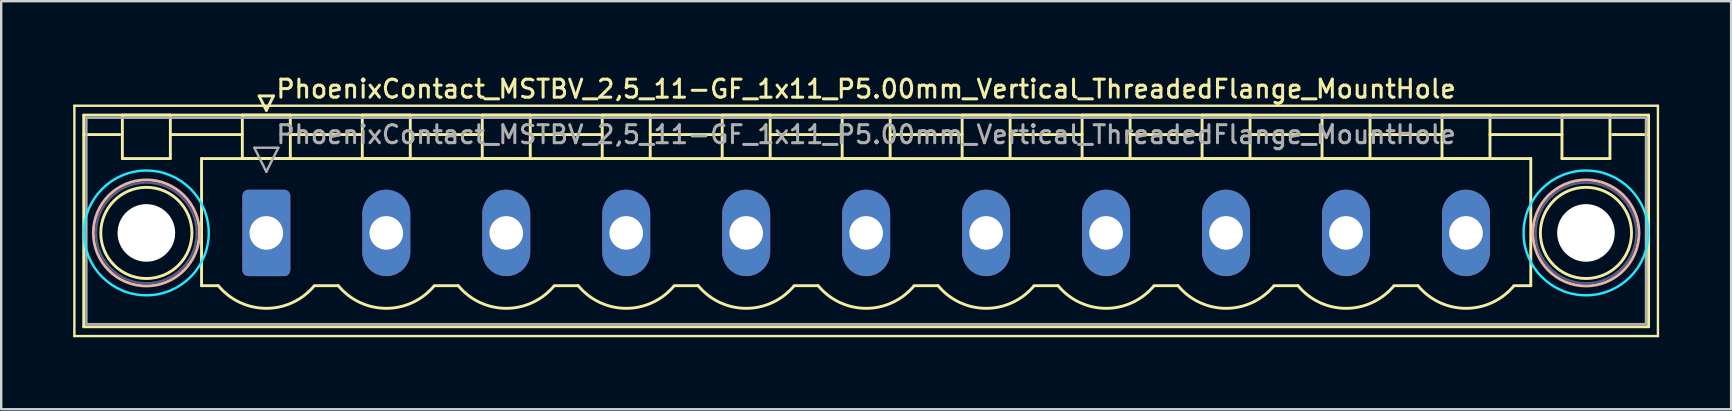
<source format=kicad_pcb>
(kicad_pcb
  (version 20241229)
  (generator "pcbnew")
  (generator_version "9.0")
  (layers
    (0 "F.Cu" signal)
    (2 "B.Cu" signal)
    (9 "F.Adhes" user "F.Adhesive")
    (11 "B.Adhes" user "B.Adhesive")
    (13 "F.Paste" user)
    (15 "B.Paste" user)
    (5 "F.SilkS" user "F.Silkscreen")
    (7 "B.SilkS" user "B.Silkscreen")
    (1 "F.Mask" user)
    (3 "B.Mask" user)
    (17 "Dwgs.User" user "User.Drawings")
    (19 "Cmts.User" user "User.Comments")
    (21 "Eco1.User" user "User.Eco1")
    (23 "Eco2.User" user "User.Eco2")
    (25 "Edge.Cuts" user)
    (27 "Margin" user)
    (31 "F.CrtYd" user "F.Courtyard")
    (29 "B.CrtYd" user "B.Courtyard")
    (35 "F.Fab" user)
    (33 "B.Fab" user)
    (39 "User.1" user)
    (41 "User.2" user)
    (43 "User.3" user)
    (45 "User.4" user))
  (footprint "PhoenixContact_MSTBV_2,5_11-GF_1x11_P5.00mm_Vertical_ThreadedFlange_MountHole"
    (layer "F.Cu")
    (at 8.05 6.658)
    (property "Reference" "PhoenixContact_MSTBV_2,5_11-GF_1x11_P5.00mm_Vertical_ThreadedFlange_MountHole" (at 25 -6 0) (layer "F.SilkS") (effects (font (size 0.75 0.75) (thickness 0.125))))
    (attr through_hole)
    (fp_line (start -8 -5.3) (end -8 4.3) (stroke (width 0.1) (type solid)) (layer "F.SilkS"))
    (fp_line (start -8 4.3) (end 58 4.3) (stroke (width 0.1) (type solid)) (layer "F.SilkS"))
    (fp_line (start -7.61 -4.91) (end -7.61 3.91) (stroke (width 0.12) (type solid)) (layer "F.SilkS"))
    (fp_line (start -7.61 -4.1) (end -6.11 -4.1) (stroke (width 0.12) (type solid)) (layer "F.SilkS"))
    (fp_line (start -7.61 3.91) (end 57.61 3.91) (stroke (width 0.12) (type solid)) (layer "F.SilkS"))
    (fp_line (start -6 -4.91) (end -4 -4.91) (stroke (width 0.12) (type solid)) (layer "F.SilkS"))
    (fp_line (start -6 -3.1) (end -6 -4.91) (stroke (width 0.12) (type solid)) (layer "F.SilkS"))
    (fp_line (start -4 -4.91) (end -4 -3.1) (stroke (width 0.12) (type solid)) (layer "F.SilkS"))
    (fp_line (start -4 -4.1) (end -1 -4.1) (stroke (width 0.12) (type solid)) (layer "F.SilkS"))
    (fp_line (start -4 -3.1) (end -6 -3.1) (stroke (width 0.12) (type solid)) (layer "F.SilkS"))
    (fp_line (start -2.7 -3.1) (end 52.7 -3.1) (stroke (width 0.12) (type solid)) (layer "F.SilkS"))
    (fp_line (start -2.7 2.2) (end -2.7 -3.1) (stroke (width 0.12) (type solid)) (layer "F.SilkS"))
    (fp_line (start -2 2.2) (end -2.7 2.2) (stroke (width 0.12) (type solid)) (layer "F.SilkS"))
    (fp_line (start -1 -4.91) (end 1 -4.91) (stroke (width 0.12) (type solid)) (layer "F.SilkS"))
    (fp_line (start -1 -3.1) (end -1 -4.91) (stroke (width 0.12) (type solid)) (layer "F.SilkS"))
    (fp_line (start -0.3 -5.71) (end 0.3 -5.71) (stroke (width 0.12) (type solid)) (layer "F.SilkS"))
    (fp_line (start 0 -5.11) (end -0.3 -5.71) (stroke (width 0.12) (type solid)) (layer "F.SilkS"))
    (fp_line (start 0.3 -5.71) (end 0 -5.11) (stroke (width 0.12) (type solid)) (layer "F.SilkS"))
    (fp_line (start 1 -4.91) (end 1 -3.1) (stroke (width 0.12) (type solid)) (layer "F.SilkS"))
    (fp_line (start 1 -4.1) (end 4 -4.1) (stroke (width 0.12) (type solid)) (layer "F.SilkS"))
    (fp_line (start 1 -3.1) (end -1 -3.1) (stroke (width 0.12) (type solid)) (layer "F.SilkS"))
    (fp_line (start 2 2.2) (end 3 2.2) (stroke (width 0.12) (type solid)) (layer "F.SilkS"))
    (fp_line (start 4 -4.91) (end 6 -4.91) (stroke (width 0.12) (type solid)) (layer "F.SilkS"))
    (fp_line (start 4 -3.1) (end 4 -4.91) (stroke (width 0.12) (type solid)) (layer "F.SilkS"))
    (fp_line (start 6 -4.91) (end 6 -3.1) (stroke (width 0.12) (type solid)) (layer "F.SilkS"))
    (fp_line (start 6 -4.1) (end 9 -4.1) (stroke (width 0.12) (type solid)) (layer "F.SilkS"))
    (fp_line (start 6 -3.1) (end 4 -3.1) (stroke (width 0.12) (type solid)) (layer "F.SilkS"))
    (fp_line (start 7 2.2) (end 8 2.2) (stroke (width 0.12) (type solid)) (layer "F.SilkS"))
    (fp_line (start 9 -4.91) (end 11 -4.91) (stroke (width 0.12) (type solid)) (layer "F.SilkS"))
    (fp_line (start 9 -3.1) (end 9 -4.91) (stroke (width 0.12) (type solid)) (layer "F.SilkS"))
    (fp_line (start 11 -4.91) (end 11 -3.1) (stroke (width 0.12) (type solid)) (layer "F.SilkS"))
    (fp_line (start 11 -4.1) (end 14 -4.1) (stroke (width 0.12) (type solid)) (layer "F.SilkS"))
    (fp_line (start 11 -3.1) (end 9 -3.1) (stroke (width 0.12) (type solid)) (layer "F.SilkS"))
    (fp_line (start 12 2.2) (end 13 2.2) (stroke (width 0.12) (type solid)) (layer "F.SilkS"))
    (fp_line (start 14 -4.91) (end 16 -4.91) (stroke (width 0.12) (type solid)) (layer "F.SilkS"))
    (fp_line (start 14 -3.1) (end 14 -4.91) (stroke (width 0.12) (type solid)) (layer "F.SilkS"))
    (fp_line (start 16 -4.91) (end 16 -3.1) (stroke (width 0.12) (type solid)) (layer "F.SilkS"))
    (fp_line (start 16 -4.1) (end 19 -4.1) (stroke (width 0.12) (type solid)) (layer "F.SilkS"))
    (fp_line (start 16 -3.1) (end 14 -3.1) (stroke (width 0.12) (type solid)) (layer "F.SilkS"))
    (fp_line (start 17 2.2) (end 18 2.2) (stroke (width 0.12) (type solid)) (layer "F.SilkS"))
    (fp_line (start 19 -4.91) (end 21 -4.91) (stroke (width 0.12) (type solid)) (layer "F.SilkS"))
    (fp_line (start 19 -3.1) (end 19 -4.91) (stroke (width 0.12) (type solid)) (layer "F.SilkS"))
    (fp_line (start 21 -4.91) (end 21 -3.1) (stroke (width 0.12) (type solid)) (layer "F.SilkS"))
    (fp_line (start 21 -4.1) (end 24 -4.1) (stroke (width 0.12) (type solid)) (layer "F.SilkS"))
    (fp_line (start 21 -3.1) (end 19 -3.1) (stroke (width 0.12) (type solid)) (layer "F.SilkS"))
    (fp_line (start 22 2.2) (end 23 2.2) (stroke (width 0.12) (type solid)) (layer "F.SilkS"))
    (fp_line (start 24 -4.91) (end 26 -4.91) (stroke (width 0.12) (type solid)) (layer "F.SilkS"))
    (fp_line (start 24 -3.1) (end 24 -4.91) (stroke (width 0.12) (type solid)) (layer "F.SilkS"))
    (fp_line (start 26 -4.91) (end 26 -3.1) (stroke (width 0.12) (type solid)) (layer "F.SilkS"))
    (fp_line (start 26 -4.1) (end 29 -4.1) (stroke (width 0.12) (type solid)) (layer "F.SilkS"))
    (fp_line (start 26 -3.1) (end 24 -3.1) (stroke (width 0.12) (type solid)) (layer "F.SilkS"))
    (fp_line (start 27 2.2) (end 28 2.2) (stroke (width 0.12) (type solid)) (layer "F.SilkS"))
    (fp_line (start 29 -4.91) (end 31 -4.91) (stroke (width 0.12) (type solid)) (layer "F.SilkS"))
    (fp_line (start 29 -3.1) (end 29 -4.91) (stroke (width 0.12) (type solid)) (layer "F.SilkS"))
    (fp_line (start 31 -4.91) (end 31 -3.1) (stroke (width 0.12) (type solid)) (layer "F.SilkS"))
    (fp_line (start 31 -4.1) (end 34 -4.1) (stroke (width 0.12) (type solid)) (layer "F.SilkS"))
    (fp_line (start 31 -3.1) (end 29 -3.1) (stroke (width 0.12) (type solid)) (layer "F.SilkS"))
    (fp_line (start 32 2.2) (end 33 2.2) (stroke (width 0.12) (type solid)) (layer "F.SilkS"))
    (fp_line (start 34 -4.91) (end 36 -4.91) (stroke (width 0.12) (type solid)) (layer "F.SilkS"))
    (fp_line (start 34 -3.1) (end 34 -4.91) (stroke (width 0.12) (type solid)) (layer "F.SilkS"))
    (fp_line (start 36 -4.91) (end 36 -3.1) (stroke (width 0.12) (type solid)) (layer "F.SilkS"))
    (fp_line (start 36 -4.1) (end 39 -4.1) (stroke (width 0.12) (type solid)) (layer "F.SilkS"))
    (fp_line (start 36 -3.1) (end 34 -3.1) (stroke (width 0.12) (type solid)) (layer "F.SilkS"))
    (fp_line (start 37 2.2) (end 38 2.2) (stroke (width 0.12) (type solid)) (layer "F.SilkS"))
    (fp_line (start 39 -4.91) (end 41 -4.91) (stroke (width 0.12) (type solid)) (layer "F.SilkS"))
    (fp_line (start 39 -3.1) (end 39 -4.91) (stroke (width 0.12) (type solid)) (layer "F.SilkS"))
    (fp_line (start 41 -4.91) (end 41 -3.1) (stroke (width 0.12) (type solid)) (layer "F.SilkS"))
    (fp_line (start 41 -4.1) (end 44 -4.1) (stroke (width 0.12) (type solid)) (layer "F.SilkS"))
    (fp_line (start 41 -3.1) (end 39 -3.1) (stroke (width 0.12) (type solid)) (layer "F.SilkS"))
    (fp_line (start 42 2.2) (end 43 2.2) (stroke (width 0.12) (type solid)) (layer "F.SilkS"))
    (fp_line (start 44 -4.91) (end 46 -4.91) (stroke (width 0.12) (type solid)) (layer "F.SilkS"))
    (fp_line (start 44 -3.1) (end 44 -4.91) (stroke (width 0.12) (type solid)) (layer "F.SilkS"))
    (fp_line (start 46 -4.91) (end 46 -3.1) (stroke (width 0.12) (type solid)) (layer "F.SilkS"))
    (fp_line (start 46 -4.1) (end 49 -4.1) (stroke (width 0.12) (type solid)) (layer "F.SilkS"))
    (fp_line (start 46 -3.1) (end 44 -3.1) (stroke (width 0.12) (type solid)) (layer "F.SilkS"))
    (fp_line (start 47 2.2) (end 48 2.2) (stroke (width 0.12) (type solid)) (layer "F.SilkS"))
    (fp_line (start 49 -4.91) (end 51 -4.91) (stroke (width 0.12) (type solid)) (layer "F.SilkS"))
    (fp_line (start 49 -3.1) (end 49 -4.91) (stroke (width 0.12) (type solid)) (layer "F.SilkS"))
    (fp_line (start 51 -4.91) (end 51 -3.1) (stroke (width 0.12) (type solid)) (layer "F.SilkS"))
    (fp_line (start 51 -4.1) (end 54 -4.1) (stroke (width 0.12) (type solid)) (layer "F.SilkS"))
    (fp_line (start 51 -3.1) (end 49 -3.1) (stroke (width 0.12) (type solid)) (layer "F.SilkS"))
    (fp_line (start 52.7 -3.1) (end 52.7 2.2) (stroke (width 0.12) (type solid)) (layer "F.SilkS"))
    (fp_line (start 52.7 2.2) (end 52 2.2) (stroke (width 0.12) (type solid)) (layer "F.SilkS"))
    (fp_line (start 54 -4.91) (end 56 -4.91) (stroke (width 0.12) (type solid)) (layer "F.SilkS"))
    (fp_line (start 54 -3.1) (end 54 -4.91) (stroke (width 0.12) (type solid)) (layer "F.SilkS"))
    (fp_line (start 56 -4.91) (end 56 -3.1) (stroke (width 0.12) (type solid)) (layer "F.SilkS"))
    (fp_line (start 56 -3.1) (end 54 -3.1) (stroke (width 0.12) (type solid)) (layer "F.SilkS"))
    (fp_line (start 57.61 -4.91) (end -7.61 -4.91) (stroke (width 0.12) (type solid)) (layer "F.SilkS"))
    (fp_line (start 57.61 -4.1) (end 56.11 -4.1) (stroke (width 0.12) (type solid)) (layer "F.SilkS"))
    (fp_line (start 57.61 3.91) (end 57.61 -4.91) (stroke (width 0.12) (type solid)) (layer "F.SilkS"))
    (fp_line (start 58 -5.3) (end -8 -5.3) (stroke (width 0.1) (type solid)) (layer "F.SilkS"))
    (fp_line (start 58 4.3) (end 58 -5.3) (stroke (width 0.1) (type solid)) (layer "F.SilkS"))
    (fp_arc (start 1.986842 2.215821) (mid -0.010289 3.142758) (end -2 2.2) (stroke (width 0.12) (type solid)) (layer "F.SilkS"))
    (fp_arc (start 6.986842 2.215821) (mid 4.989711 3.142758) (end 3 2.2) (stroke (width 0.12) (type solid)) (layer "F.SilkS"))
    (fp_arc (start 11.986842 2.215821) (mid 9.989711 3.142758) (end 8 2.2) (stroke (width 0.12) (type solid)) (layer "F.SilkS"))
    (fp_arc (start 16.986842 2.215821) (mid 14.989711 3.142758) (end 13 2.2) (stroke (width 0.12) (type solid)) (layer "F.SilkS"))
    (fp_arc (start 21.986842 2.215821) (mid 19.989711 3.142758) (end 18 2.2) (stroke (width 0.12) (type solid)) (layer "F.SilkS"))
    (fp_arc (start 26.986842 2.215821) (mid 24.989711 3.142758) (end 23 2.2) (stroke (width 0.12) (type solid)) (layer "F.SilkS"))
    (fp_arc (start 31.986842 2.215821) (mid 29.989711 3.142758) (end 28 2.2) (stroke (width 0.12) (type solid)) (layer "F.SilkS"))
    (fp_arc (start 36.986842 2.215821) (mid 34.989711 3.142758) (end 33 2.2) (stroke (width 0.12) (type solid)) (layer "F.SilkS"))
    (fp_arc (start 41.986842 2.215821) (mid 39.989711 3.142758) (end 38 2.2) (stroke (width 0.12) (type solid)) (layer "F.SilkS"))
    (fp_arc (start 46.986842 2.215821) (mid 44.989711 3.142758) (end 43 2.2) (stroke (width 0.12) (type solid)) (layer "F.SilkS"))
    (fp_arc (start 51.986842 2.215821) (mid 49.989711 3.142758) (end 48 2.2) (stroke (width 0.12) (type solid)) (layer "F.SilkS"))
    (fp_circle (center -5 0) (end -3.1 0) (stroke (width 0.12) (type solid)) (fill no) (layer "F.SilkS"))
    (fp_circle (center 55 0) (end 56.9 0) (stroke (width 0.12) (type solid)) (fill no) (layer "F.SilkS"))
    (fp_circle (center -5 0) (end -2.79 0) (stroke (width 0.12) (type solid)) (fill no) (layer "B.SilkS"))
    (fp_circle (center 55 0) (end 57.21 0) (stroke (width 0.12) (type solid)) (fill no) (layer "B.SilkS"))
    (fp_circle (center -5 0) (end -2.4 0) (stroke (width 0.1) (type solid)) (fill no) (layer "B.CrtYd"))
    (fp_circle (center 55 0) (end 57.6 0) (stroke (width 0.1) (type solid)) (fill no) (layer "B.CrtYd"))
    (fp_circle (center -5 0) (end -2.9 0) (stroke (width 0.1) (type solid)) (fill no) (layer "B.Fab"))
    (fp_circle (center 55 0) (end 57.1 0) (stroke (width 0.1) (type solid)) (fill no) (layer "B.Fab"))
    (fp_line (start -7.5 -4.8) (end -7.5 3.8) (stroke (width 0.1) (type solid)) (layer "F.Fab"))
    (fp_line (start -7.5 3.8) (end 57.5 3.8) (stroke (width 0.1) (type solid)) (layer "F.Fab"))
    (fp_line (start -0.5 -3.55) (end 0.5 -3.55) (stroke (width 0.1) (type solid)) (layer "F.Fab"))
    (fp_line (start 0 -2.55) (end -0.5 -3.55) (stroke (width 0.1) (type solid)) (layer "F.Fab"))
    (fp_line (start 0.5 -3.55) (end 0 -2.55) (stroke (width 0.1) (type solid)) (layer "F.Fab"))
    (fp_line (start 57.5 -4.8) (end -7.5 -4.8) (stroke (width 0.1) (type solid)) (layer "F.Fab"))
    (fp_line (start 57.5 3.8) (end 57.5 -4.8) (stroke (width 0.1) (type solid)) (layer "F.Fab"))
    (fp_text user "${REFERENCE}" (at 25 -4.1 0) (layer "F.Fab") (effects (font (size 0.75 0.75) (thickness 0.125))))
    (pad "" np_thru_hole circle (at -5 0) (size 2.4 2.4) (drill 2.4) (layers "*.Cu" "*.Mask"))
    (pad "" np_thru_hole circle (at 55 0) (size 2.4 2.4) (drill 2.4) (layers "*.Cu" "*.Mask"))
    (pad "1" thru_hole roundrect (at 0 0) (size 2 3.6) (drill 1.4) (layers "*.Cu" "*.Mask") (roundrect_rratio 0.125))
    (pad "2" thru_hole oval (at 5 0) (size 2 3.6) (drill 1.4) (layers "*.Cu" "*.Mask"))
    (pad "3" thru_hole oval (at 10 0) (size 2 3.6) (drill 1.4) (layers "*.Cu" "*.Mask"))
    (pad "4" thru_hole oval (at 15 0) (size 2 3.6) (drill 1.4) (layers "*.Cu" "*.Mask"))
    (pad "5" thru_hole oval (at 20 0) (size 2 3.6) (drill 1.4) (layers "*.Cu" "*.Mask"))
    (pad "6" thru_hole oval (at 25 0) (size 2 3.6) (drill 1.4) (layers "*.Cu" "*.Mask"))
    (pad "7" thru_hole oval (at 30 0) (size 2 3.6) (drill 1.4) (layers "*.Cu" "*.Mask"))
    (pad "8" thru_hole oval (at 35 0) (size 2 3.6) (drill 1.4) (layers "*.Cu" "*.Mask"))
    (pad "9" thru_hole oval (at 40 0) (size 2 3.6) (drill 1.4) (layers "*.Cu" "*.Mask"))
    (pad "10" thru_hole oval (at 45 0) (size 2 3.6) (drill 1.4) (layers "*.Cu" "*.Mask"))
    (pad "11" thru_hole oval (at 50 0) (size 2 3.6) (drill 1.4) (layers "*.Cu" "*.Mask")))
  (gr_rect
    (start -3 -3)
    (end 69.1 14.008)
    (stroke (width 0.1) (type default))
    (fill no)
    (layer "Edge.Cuts")))
</source>
